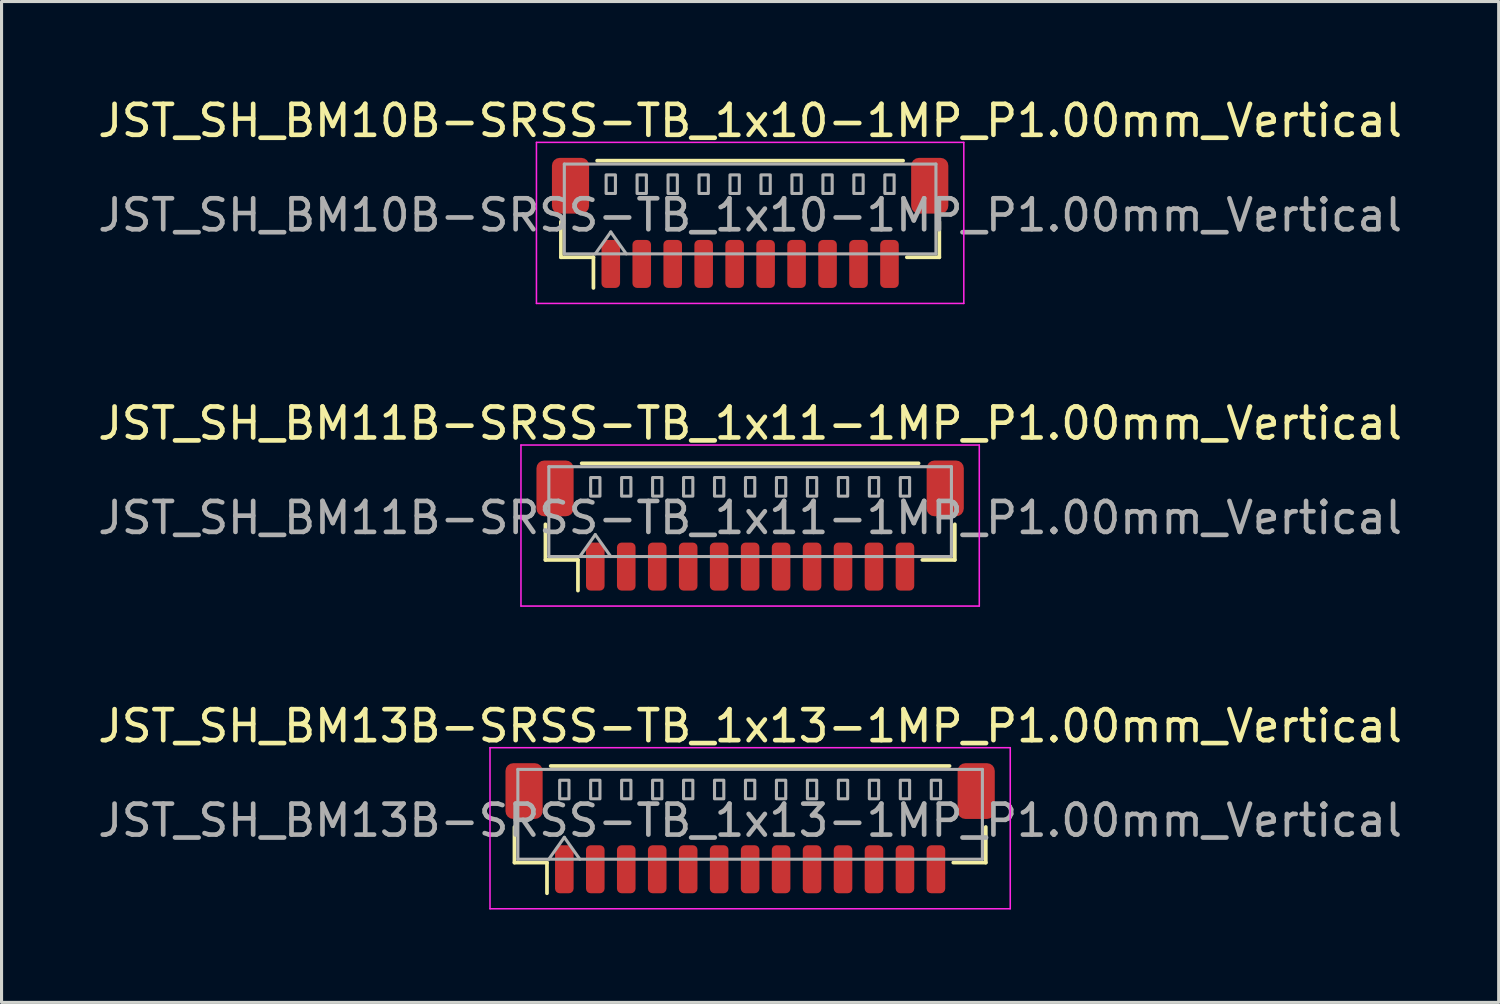
<source format=kicad_pcb>
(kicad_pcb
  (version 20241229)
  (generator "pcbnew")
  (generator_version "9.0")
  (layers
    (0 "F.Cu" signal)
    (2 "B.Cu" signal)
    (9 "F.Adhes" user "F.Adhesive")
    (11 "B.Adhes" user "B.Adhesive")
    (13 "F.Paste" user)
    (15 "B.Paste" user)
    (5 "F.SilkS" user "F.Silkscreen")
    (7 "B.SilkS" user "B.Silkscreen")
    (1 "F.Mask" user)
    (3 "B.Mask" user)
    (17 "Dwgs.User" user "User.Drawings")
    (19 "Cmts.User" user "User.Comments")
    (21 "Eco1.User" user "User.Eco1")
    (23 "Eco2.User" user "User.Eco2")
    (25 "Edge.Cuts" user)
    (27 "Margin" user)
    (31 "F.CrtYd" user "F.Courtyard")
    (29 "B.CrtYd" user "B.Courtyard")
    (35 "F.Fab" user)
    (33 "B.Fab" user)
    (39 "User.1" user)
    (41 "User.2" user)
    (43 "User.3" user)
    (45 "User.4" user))
  (footprint "JST_SH_BM10B-SRSS-TB_1x10-1MP_P1.00mm_Vertical"
    (layer "F.Cu")
    (at 21.173 4.148)
    (property "Reference" "JST_SH_BM10B-SRSS-TB_1x10-1MP_P1.00mm_Vertical" (at 0 -3.3 0) (layer "F.SilkS") (effects (font (size 1 1) (thickness 0.15))))
    (attr smd)
    (fp_line (start -6.11 -0.04) (end -6.11 1.11) (stroke (width 0.12) (type solid)) (layer "F.SilkS"))
    (fp_line (start -6.11 1.11) (end -5.06 1.11) (stroke (width 0.12) (type solid)) (layer "F.SilkS"))
    (fp_line (start -5.06 1.11) (end -5.06 2.1) (stroke (width 0.12) (type solid)) (layer "F.SilkS"))
    (fp_line (start -4.94 -2.01) (end 4.94 -2.01) (stroke (width 0.12) (type solid)) (layer "F.SilkS"))
    (fp_line (start 6.11 -0.04) (end 6.11 1.11) (stroke (width 0.12) (type solid)) (layer "F.SilkS"))
    (fp_line (start 6.11 1.11) (end 5.06 1.11) (stroke (width 0.12) (type solid)) (layer "F.SilkS"))
    (fp_line (start -6.9 -2.6) (end -6.9 2.6) (stroke (width 0.05) (type solid)) (layer "F.CrtYd"))
    (fp_line (start -6.9 2.6) (end 6.9 2.6) (stroke (width 0.05) (type solid)) (layer "F.CrtYd"))
    (fp_line (start 6.9 -2.6) (end -6.9 -2.6) (stroke (width 0.05) (type solid)) (layer "F.CrtYd"))
    (fp_line (start 6.9 2.6) (end 6.9 -2.6) (stroke (width 0.05) (type solid)) (layer "F.CrtYd"))
    (fp_line (start -6 -1.9) (end 6 -1.9) (stroke (width 0.1) (type solid)) (layer "F.Fab"))
    (fp_line (start -6 1) (end -6 -1.9) (stroke (width 0.1) (type solid)) (layer "F.Fab"))
    (fp_line (start -6 1) (end 6 1) (stroke (width 0.1) (type solid)) (layer "F.Fab"))
    (fp_line (start -5 1) (end -4.5 0.293) (stroke (width 0.1) (type solid)) (layer "F.Fab"))
    (fp_line (start -4.5 0.293) (end -4 1) (stroke (width 0.1) (type solid)) (layer "F.Fab"))
    (fp_line (start 6 1) (end 6 -1.9) (stroke (width 0.1) (type solid)) (layer "F.Fab"))
    (fp_rect (start -4.65 -1.55) (end -4.35 -0.95) (stroke (width 0.1) (type solid)) (fill no) (layer "F.Fab"))
    (fp_rect (start -3.65 -1.55) (end -3.35 -0.95) (stroke (width 0.1) (type solid)) (fill no) (layer "F.Fab"))
    (fp_rect (start -2.65 -1.55) (end -2.35 -0.95) (stroke (width 0.1) (type solid)) (fill no) (layer "F.Fab"))
    (fp_rect (start -1.65 -1.55) (end -1.35 -0.95) (stroke (width 0.1) (type solid)) (fill no) (layer "F.Fab"))
    (fp_rect (start -0.65 -1.55) (end -0.35 -0.95) (stroke (width 0.1) (type solid)) (fill no) (layer "F.Fab"))
    (fp_rect (start 0.35 -1.55) (end 0.65 -0.95) (stroke (width 0.1) (type solid)) (fill no) (layer "F.Fab"))
    (fp_rect (start 1.35 -1.55) (end 1.65 -0.95) (stroke (width 0.1) (type solid)) (fill no) (layer "F.Fab"))
    (fp_rect (start 2.35 -1.55) (end 2.65 -0.95) (stroke (width 0.1) (type solid)) (fill no) (layer "F.Fab"))
    (fp_rect (start 3.35 -1.55) (end 3.65 -0.95) (stroke (width 0.1) (type solid)) (fill no) (layer "F.Fab"))
    (fp_rect (start 4.35 -1.55) (end 4.65 -0.95) (stroke (width 0.1) (type solid)) (fill no) (layer "F.Fab"))
    (fp_text user "${REFERENCE}" (at 0 -0.25 0) (layer "F.Fab") (effects (font (size 1 1) (thickness 0.15))))
    (pad "1" smd roundrect (at -4.5 1.325) (size 0.6 1.55) (layers "F.Cu" "F.Mask" "F.Paste") (roundrect_rratio 0.25))
    (pad "2" smd roundrect (at -3.5 1.325) (size 0.6 1.55) (layers "F.Cu" "F.Mask" "F.Paste") (roundrect_rratio 0.25))
    (pad "3" smd roundrect (at -2.5 1.325) (size 0.6 1.55) (layers "F.Cu" "F.Mask" "F.Paste") (roundrect_rratio 0.25))
    (pad "4" smd roundrect (at -1.5 1.325) (size 0.6 1.55) (layers "F.Cu" "F.Mask" "F.Paste") (roundrect_rratio 0.25))
    (pad "5" smd roundrect (at -0.5 1.325) (size 0.6 1.55) (layers "F.Cu" "F.Mask" "F.Paste") (roundrect_rratio 0.25))
    (pad "6" smd roundrect (at 0.5 1.325) (size 0.6 1.55) (layers "F.Cu" "F.Mask" "F.Paste") (roundrect_rratio 0.25))
    (pad "7" smd roundrect (at 1.5 1.325) (size 0.6 1.55) (layers "F.Cu" "F.Mask" "F.Paste") (roundrect_rratio 0.25))
    (pad "8" smd roundrect (at 2.5 1.325) (size 0.6 1.55) (layers "F.Cu" "F.Mask" "F.Paste") (roundrect_rratio 0.25))
    (pad "9" smd roundrect (at 3.5 1.325) (size 0.6 1.55) (layers "F.Cu" "F.Mask" "F.Paste") (roundrect_rratio 0.25))
    (pad "10" smd roundrect (at 4.5 1.325) (size 0.6 1.55) (layers "F.Cu" "F.Mask" "F.Paste") (roundrect_rratio 0.25))
    (pad "MP" smd roundrect (at -5.8 -1.2) (size 1.2 1.8) (layers "F.Cu" "F.Mask" "F.Paste") (roundrect_rratio 0.208))
    (pad "MP" smd roundrect (at 5.8 -1.2) (size 1.2 1.8) (layers "F.Cu" "F.Mask" "F.Paste") (roundrect_rratio 0.208)))
  (footprint "JST_SH_BM11B-SRSS-TB_1x11-1MP_P1.00mm_Vertical"
    (layer "F.Cu")
    (at 21.173 13.921)
    (property "Reference" "JST_SH_BM11B-SRSS-TB_1x11-1MP_P1.00mm_Vertical" (at 0 -3.3 0) (layer "F.SilkS") (effects (font (size 1 1) (thickness 0.15))))
    (attr smd)
    (fp_line (start -6.61 -0.04) (end -6.61 1.11) (stroke (width 0.12) (type solid)) (layer "F.SilkS"))
    (fp_line (start -6.61 1.11) (end -5.56 1.11) (stroke (width 0.12) (type solid)) (layer "F.SilkS"))
    (fp_line (start -5.56 1.11) (end -5.56 2.1) (stroke (width 0.12) (type solid)) (layer "F.SilkS"))
    (fp_line (start -5.44 -2.01) (end 5.44 -2.01) (stroke (width 0.12) (type solid)) (layer "F.SilkS"))
    (fp_line (start 6.61 -0.04) (end 6.61 1.11) (stroke (width 0.12) (type solid)) (layer "F.SilkS"))
    (fp_line (start 6.61 1.11) (end 5.56 1.11) (stroke (width 0.12) (type solid)) (layer "F.SilkS"))
    (fp_line (start -7.4 -2.6) (end -7.4 2.6) (stroke (width 0.05) (type solid)) (layer "F.CrtYd"))
    (fp_line (start -7.4 2.6) (end 7.4 2.6) (stroke (width 0.05) (type solid)) (layer "F.CrtYd"))
    (fp_line (start 7.4 -2.6) (end -7.4 -2.6) (stroke (width 0.05) (type solid)) (layer "F.CrtYd"))
    (fp_line (start 7.4 2.6) (end 7.4 -2.6) (stroke (width 0.05) (type solid)) (layer "F.CrtYd"))
    (fp_line (start -6.5 -1.9) (end 6.5 -1.9) (stroke (width 0.1) (type solid)) (layer "F.Fab"))
    (fp_line (start -6.5 1) (end -6.5 -1.9) (stroke (width 0.1) (type solid)) (layer "F.Fab"))
    (fp_line (start -6.5 1) (end 6.5 1) (stroke (width 0.1) (type solid)) (layer "F.Fab"))
    (fp_line (start -5.5 1) (end -5 0.293) (stroke (width 0.1) (type solid)) (layer "F.Fab"))
    (fp_line (start -5 0.293) (end -4.5 1) (stroke (width 0.1) (type solid)) (layer "F.Fab"))
    (fp_line (start 6.5 1) (end 6.5 -1.9) (stroke (width 0.1) (type solid)) (layer "F.Fab"))
    (fp_rect (start -5.15 -1.55) (end -4.85 -0.95) (stroke (width 0.1) (type solid)) (fill no) (layer "F.Fab"))
    (fp_rect (start -4.15 -1.55) (end -3.85 -0.95) (stroke (width 0.1) (type solid)) (fill no) (layer "F.Fab"))
    (fp_rect (start -3.15 -1.55) (end -2.85 -0.95) (stroke (width 0.1) (type solid)) (fill no) (layer "F.Fab"))
    (fp_rect (start -2.15 -1.55) (end -1.85 -0.95) (stroke (width 0.1) (type solid)) (fill no) (layer "F.Fab"))
    (fp_rect (start -1.15 -1.55) (end -0.85 -0.95) (stroke (width 0.1) (type solid)) (fill no) (layer "F.Fab"))
    (fp_rect (start -0.15 -1.55) (end 0.15 -0.95) (stroke (width 0.1) (type solid)) (fill no) (layer "F.Fab"))
    (fp_rect (start 0.85 -1.55) (end 1.15 -0.95) (stroke (width 0.1) (type solid)) (fill no) (layer "F.Fab"))
    (fp_rect (start 1.85 -1.55) (end 2.15 -0.95) (stroke (width 0.1) (type solid)) (fill no) (layer "F.Fab"))
    (fp_rect (start 2.85 -1.55) (end 3.15 -0.95) (stroke (width 0.1) (type solid)) (fill no) (layer "F.Fab"))
    (fp_rect (start 3.85 -1.55) (end 4.15 -0.95) (stroke (width 0.1) (type solid)) (fill no) (layer "F.Fab"))
    (fp_rect (start 4.85 -1.55) (end 5.15 -0.95) (stroke (width 0.1) (type solid)) (fill no) (layer "F.Fab"))
    (fp_text user "${REFERENCE}" (at 0 -0.25 0) (layer "F.Fab") (effects (font (size 1 1) (thickness 0.15))))
    (pad "1" smd roundrect (at -5 1.325) (size 0.6 1.55) (layers "F.Cu" "F.Mask" "F.Paste") (roundrect_rratio 0.25))
    (pad "2" smd roundrect (at -4 1.325) (size 0.6 1.55) (layers "F.Cu" "F.Mask" "F.Paste") (roundrect_rratio 0.25))
    (pad "3" smd roundrect (at -3 1.325) (size 0.6 1.55) (layers "F.Cu" "F.Mask" "F.Paste") (roundrect_rratio 0.25))
    (pad "4" smd roundrect (at -2 1.325) (size 0.6 1.55) (layers "F.Cu" "F.Mask" "F.Paste") (roundrect_rratio 0.25))
    (pad "5" smd roundrect (at -1 1.325) (size 0.6 1.55) (layers "F.Cu" "F.Mask" "F.Paste") (roundrect_rratio 0.25))
    (pad "6" smd roundrect (at 0 1.325) (size 0.6 1.55) (layers "F.Cu" "F.Mask" "F.Paste") (roundrect_rratio 0.25))
    (pad "7" smd roundrect (at 1 1.325) (size 0.6 1.55) (layers "F.Cu" "F.Mask" "F.Paste") (roundrect_rratio 0.25))
    (pad "8" smd roundrect (at 2 1.325) (size 0.6 1.55) (layers "F.Cu" "F.Mask" "F.Paste") (roundrect_rratio 0.25))
    (pad "9" smd roundrect (at 3 1.325) (size 0.6 1.55) (layers "F.Cu" "F.Mask" "F.Paste") (roundrect_rratio 0.25))
    (pad "10" smd roundrect (at 4 1.325) (size 0.6 1.55) (layers "F.Cu" "F.Mask" "F.Paste") (roundrect_rratio 0.25))
    (pad "11" smd roundrect (at 5 1.325) (size 0.6 1.55) (layers "F.Cu" "F.Mask" "F.Paste") (roundrect_rratio 0.25))
    (pad "MP" smd roundrect (at -6.3 -1.2) (size 1.2 1.8) (layers "F.Cu" "F.Mask" "F.Paste") (roundrect_rratio 0.208))
    (pad "MP" smd roundrect (at 6.3 -1.2) (size 1.2 1.8) (layers "F.Cu" "F.Mask" "F.Paste") (roundrect_rratio 0.208)))
  (footprint "JST_SH_BM13B-SRSS-TB_1x13-1MP_P1.00mm_Vertical"
    (layer "F.Cu")
    (at 21.173 23.695)
    (property "Reference" "JST_SH_BM13B-SRSS-TB_1x13-1MP_P1.00mm_Vertical" (at 0 -3.3 0) (layer "F.SilkS") (effects (font (size 1 1) (thickness 0.15))))
    (attr smd)
    (fp_line (start -7.61 -0.04) (end -7.61 1.11) (stroke (width 0.12) (type solid)) (layer "F.SilkS"))
    (fp_line (start -7.61 1.11) (end -6.56 1.11) (stroke (width 0.12) (type solid)) (layer "F.SilkS"))
    (fp_line (start -6.56 1.11) (end -6.56 2.1) (stroke (width 0.12) (type solid)) (layer "F.SilkS"))
    (fp_line (start -6.44 -2.01) (end 6.44 -2.01) (stroke (width 0.12) (type solid)) (layer "F.SilkS"))
    (fp_line (start 7.61 -0.04) (end 7.61 1.11) (stroke (width 0.12) (type solid)) (layer "F.SilkS"))
    (fp_line (start 7.61 1.11) (end 6.56 1.11) (stroke (width 0.12) (type solid)) (layer "F.SilkS"))
    (fp_line (start -8.4 -2.6) (end -8.4 2.6) (stroke (width 0.05) (type solid)) (layer "F.CrtYd"))
    (fp_line (start -8.4 2.6) (end 8.4 2.6) (stroke (width 0.05) (type solid)) (layer "F.CrtYd"))
    (fp_line (start 8.4 -2.6) (end -8.4 -2.6) (stroke (width 0.05) (type solid)) (layer "F.CrtYd"))
    (fp_line (start 8.4 2.6) (end 8.4 -2.6) (stroke (width 0.05) (type solid)) (layer "F.CrtYd"))
    (fp_line (start -7.5 -1.9) (end 7.5 -1.9) (stroke (width 0.1) (type solid)) (layer "F.Fab"))
    (fp_line (start -7.5 1) (end -7.5 -1.9) (stroke (width 0.1) (type solid)) (layer "F.Fab"))
    (fp_line (start -7.5 1) (end 7.5 1) (stroke (width 0.1) (type solid)) (layer "F.Fab"))
    (fp_line (start -6.5 1) (end -6 0.293) (stroke (width 0.1) (type solid)) (layer "F.Fab"))
    (fp_line (start -6 0.293) (end -5.5 1) (stroke (width 0.1) (type solid)) (layer "F.Fab"))
    (fp_line (start 7.5 1) (end 7.5 -1.9) (stroke (width 0.1) (type solid)) (layer "F.Fab"))
    (fp_rect (start -6.15 -1.55) (end -5.85 -0.95) (stroke (width 0.1) (type solid)) (fill no) (layer "F.Fab"))
    (fp_rect (start -5.15 -1.55) (end -4.85 -0.95) (stroke (width 0.1) (type solid)) (fill no) (layer "F.Fab"))
    (fp_rect (start -4.15 -1.55) (end -3.85 -0.95) (stroke (width 0.1) (type solid)) (fill no) (layer "F.Fab"))
    (fp_rect (start -3.15 -1.55) (end -2.85 -0.95) (stroke (width 0.1) (type solid)) (fill no) (layer "F.Fab"))
    (fp_rect (start -2.15 -1.55) (end -1.85 -0.95) (stroke (width 0.1) (type solid)) (fill no) (layer "F.Fab"))
    (fp_rect (start -1.15 -1.55) (end -0.85 -0.95) (stroke (width 0.1) (type solid)) (fill no) (layer "F.Fab"))
    (fp_rect (start -0.15 -1.55) (end 0.15 -0.95) (stroke (width 0.1) (type solid)) (fill no) (layer "F.Fab"))
    (fp_rect (start 0.85 -1.55) (end 1.15 -0.95) (stroke (width 0.1) (type solid)) (fill no) (layer "F.Fab"))
    (fp_rect (start 1.85 -1.55) (end 2.15 -0.95) (stroke (width 0.1) (type solid)) (fill no) (layer "F.Fab"))
    (fp_rect (start 2.85 -1.55) (end 3.15 -0.95) (stroke (width 0.1) (type solid)) (fill no) (layer "F.Fab"))
    (fp_rect (start 3.85 -1.55) (end 4.15 -0.95) (stroke (width 0.1) (type solid)) (fill no) (layer "F.Fab"))
    (fp_rect (start 4.85 -1.55) (end 5.15 -0.95) (stroke (width 0.1) (type solid)) (fill no) (layer "F.Fab"))
    (fp_rect (start 5.85 -1.55) (end 6.15 -0.95) (stroke (width 0.1) (type solid)) (fill no) (layer "F.Fab"))
    (fp_text user "${REFERENCE}" (at 0 -0.25 0) (layer "F.Fab") (effects (font (size 1 1) (thickness 0.15))))
    (pad "1" smd roundrect (at -6 1.325) (size 0.6 1.55) (layers "F.Cu" "F.Mask" "F.Paste") (roundrect_rratio 0.25))
    (pad "2" smd roundrect (at -5 1.325) (size 0.6 1.55) (layers "F.Cu" "F.Mask" "F.Paste") (roundrect_rratio 0.25))
    (pad "3" smd roundrect (at -4 1.325) (size 0.6 1.55) (layers "F.Cu" "F.Mask" "F.Paste") (roundrect_rratio 0.25))
    (pad "4" smd roundrect (at -3 1.325) (size 0.6 1.55) (layers "F.Cu" "F.Mask" "F.Paste") (roundrect_rratio 0.25))
    (pad "5" smd roundrect (at -2 1.325) (size 0.6 1.55) (layers "F.Cu" "F.Mask" "F.Paste") (roundrect_rratio 0.25))
    (pad "6" smd roundrect (at -1 1.325) (size 0.6 1.55) (layers "F.Cu" "F.Mask" "F.Paste") (roundrect_rratio 0.25))
    (pad "7" smd roundrect (at 0 1.325) (size 0.6 1.55) (layers "F.Cu" "F.Mask" "F.Paste") (roundrect_rratio 0.25))
    (pad "8" smd roundrect (at 1 1.325) (size 0.6 1.55) (layers "F.Cu" "F.Mask" "F.Paste") (roundrect_rratio 0.25))
    (pad "9" smd roundrect (at 2 1.325) (size 0.6 1.55) (layers "F.Cu" "F.Mask" "F.Paste") (roundrect_rratio 0.25))
    (pad "10" smd roundrect (at 3 1.325) (size 0.6 1.55) (layers "F.Cu" "F.Mask" "F.Paste") (roundrect_rratio 0.25))
    (pad "11" smd roundrect (at 4 1.325) (size 0.6 1.55) (layers "F.Cu" "F.Mask" "F.Paste") (roundrect_rratio 0.25))
    (pad "12" smd roundrect (at 5 1.325) (size 0.6 1.55) (layers "F.Cu" "F.Mask" "F.Paste") (roundrect_rratio 0.25))
    (pad "13" smd roundrect (at 6 1.325) (size 0.6 1.55) (layers "F.Cu" "F.Mask" "F.Paste") (roundrect_rratio 0.25))
    (pad "MP" smd roundrect (at -7.3 -1.2) (size 1.2 1.8) (layers "F.Cu" "F.Mask" "F.Paste") (roundrect_rratio 0.208))
    (pad "MP" smd roundrect (at 7.3 -1.2) (size 1.2 1.8) (layers "F.Cu" "F.Mask" "F.Paste") (roundrect_rratio 0.208)))
  (gr_rect
    (start -3 -3)
    (end 45.345 29.32)
    (stroke (width 0.1) (type default))
    (fill no)
    (layer "Edge.Cuts")))
</source>
